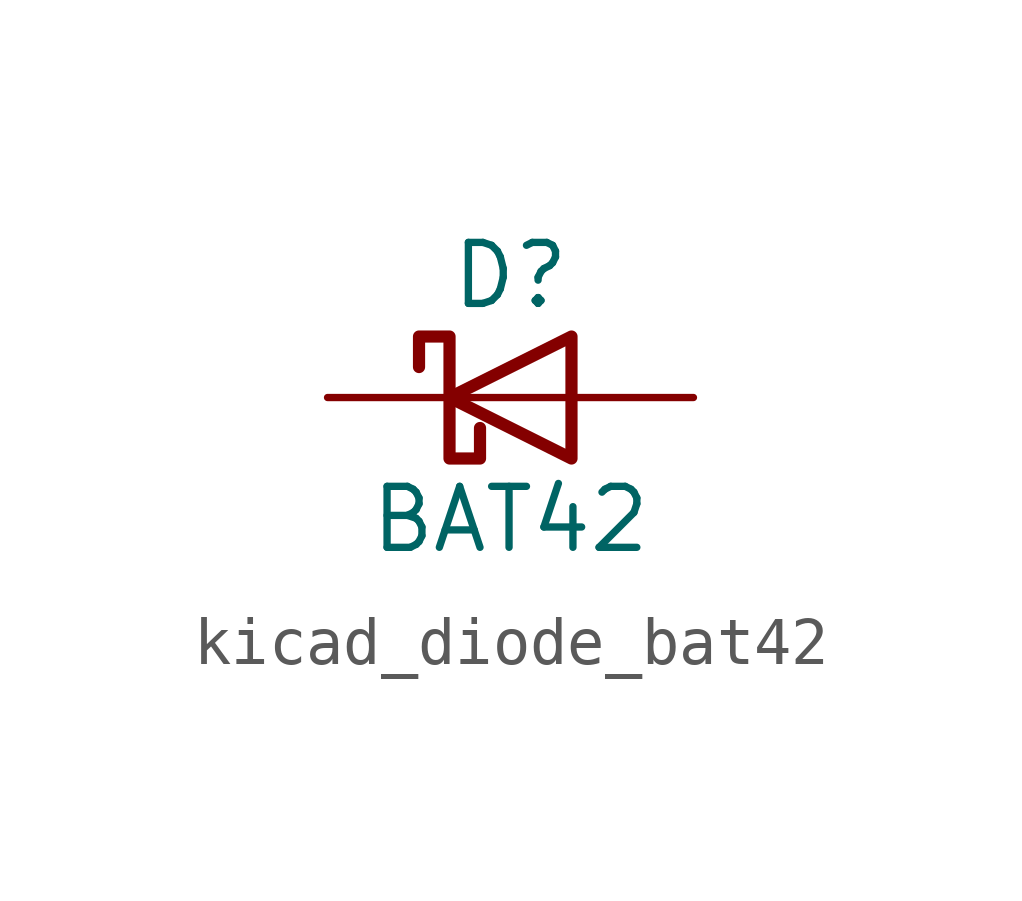
<source format=kicad_sym>
(kicad_symbol_lib
  (version 20220914)
  (generator kicad_symbol_editor)
  (symbol "kicad_diode_bat42"
    (pin_numbers hide)
    (pin_names
      (offset 1.016) hide)
    (property "Reference" "D"
      (at 0 2.54 0)
      (effects (font (size 1.27 1.27))))
    (property "Value" "BAT42"
      (at 0 -2.54 0)
      (effects (font (size 1.27 1.27))))
    (symbol "kicad_diode_bat42_0_1"
      (polyline (pts (xy 1.27 0) (xy -1.27 0)) (stroke (width 0) (type default)) (fill (type none)))
      (polyline (pts (xy 1.27 1.27) (xy 1.27 -1.27) (xy -1.27 0) (xy 1.27 1.27)) (stroke (width 0.254) (type default)) (fill (type none)))
      (polyline (pts (xy -1.905 0.635) (xy -1.905 1.27) (xy -1.27 1.27) (xy -1.27 -1.27) (xy -0.635 -1.27) (xy -0.635 -0.635)) (stroke (width 0.254) (type default)) (fill (type none))))
    (symbol "kicad_diode_bat42_1_1"
      (pin passive line (at -3.81 0 0) (length 2.54) (name "K" (effects (font (size 1.27 1.27)))) (number "1" (effects (font (size 1.27 1.27)))))
      (pin passive line (at 3.81 0 180) (length 2.54) (name "A" (effects (font (size 1.27 1.27)))) (number "2" (effects (font (size 1.27 1.27))))))))
</source>
